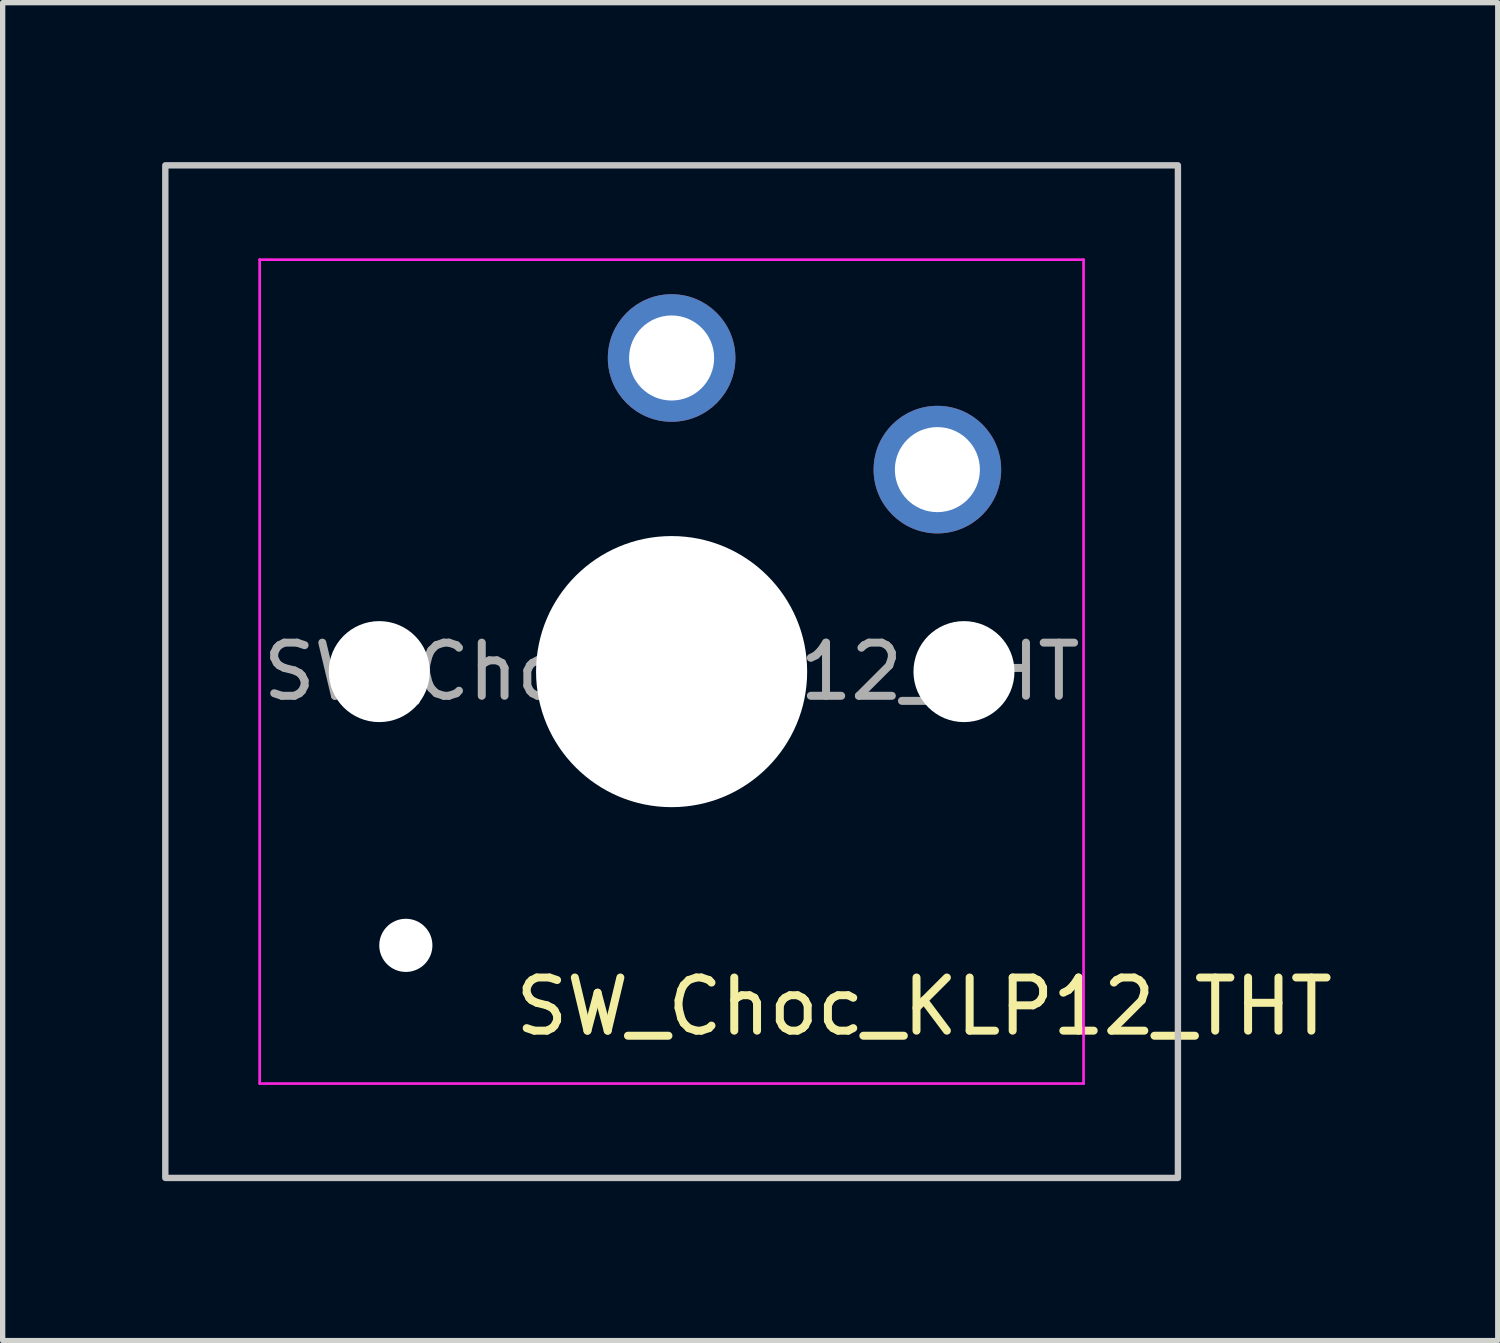
<source format=kicad_pcb>
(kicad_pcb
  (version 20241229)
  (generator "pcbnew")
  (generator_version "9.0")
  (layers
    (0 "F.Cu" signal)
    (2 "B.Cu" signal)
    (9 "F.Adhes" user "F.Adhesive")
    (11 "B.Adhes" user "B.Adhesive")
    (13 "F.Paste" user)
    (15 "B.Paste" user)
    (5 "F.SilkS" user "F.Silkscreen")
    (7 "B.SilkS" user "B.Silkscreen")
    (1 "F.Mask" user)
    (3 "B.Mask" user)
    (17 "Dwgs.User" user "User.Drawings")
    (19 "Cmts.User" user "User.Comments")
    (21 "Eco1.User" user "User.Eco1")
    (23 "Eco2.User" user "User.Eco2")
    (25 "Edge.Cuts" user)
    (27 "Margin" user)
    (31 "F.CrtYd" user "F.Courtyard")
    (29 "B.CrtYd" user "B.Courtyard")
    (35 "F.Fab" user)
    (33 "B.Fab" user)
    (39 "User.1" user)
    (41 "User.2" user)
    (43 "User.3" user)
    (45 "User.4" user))
  (footprint "SW_Choc_KLP12_THT"
    (layer "F.Cu")
    (at 9.585 9.585)
    (property "Reference" "SW_Choc_KLP12_THT" (at 4.75 6.3 0) (layer "F.SilkS") (effects (font (size 1 1) (thickness 0.15))))
    (attr smd)
    (fp_rect (start -9.525 -9.525) (end 9.525 9.525) (stroke (width 0.12) (type default)) (fill no) (layer "Dwgs.User"))
    (fp_line (start -7.75 -7.75) (end -7.75 7.75) (stroke (width 0.05) (type solid)) (layer "F.CrtYd"))
    (fp_line (start -7.75 7.75) (end 7.75 7.75) (stroke (width 0.05) (type solid)) (layer "F.CrtYd"))
    (fp_line (start 7.75 -7.75) (end -7.75 -7.75) (stroke (width 0.05) (type solid)) (layer "F.CrtYd"))
    (fp_line (start 7.75 7.75) (end 7.75 -7.75) (stroke (width 0.05) (type solid)) (layer "F.CrtYd"))
    (fp_rect (start -7.05 -7.05) (end 7.05 7.05) (stroke (width 0.12) (type default)) (fill no) (layer "User.1"))
    (fp_text user "${REFERENCE}" (at 0 0 0) (layer "F.Fab") (effects (font (size 1 1) (thickness 0.15))))
    (pad "" np_thru_hole circle (at -5.5 0) (size 1.9 1.9) (drill 1.9) (layers "*.Cu" "*.Mask"))
    (pad "" np_thru_hole circle (at -5 5.15) (size 1 1) (drill 1) (layers "*.Cu" "*.Mask"))
    (pad "" np_thru_hole circle (at 0 0) (size 5.1 5.1) (drill 5.1) (layers "*.Cu" "*.Mask"))
    (pad "" np_thru_hole circle (at 5.5 0) (size 1.9 1.9) (drill 1.9) (layers "*.Cu" "*.Mask"))
    (pad "1" thru_hole circle (at 5 -3.8) (size 2.4 2.4) (drill 1.6) (layers "*.Cu" "*.Mask"))
    (pad "2" thru_hole circle (at 0 -5.9) (size 2.4 2.4) (drill 1.6) (layers "*.Cu" "*.Mask")))
  (gr_rect
    (start -3 -3)
    (end 25.127 22.17)
    (stroke (width 0.1) (type default))
    (fill no)
    (layer "Edge.Cuts")))
</source>
